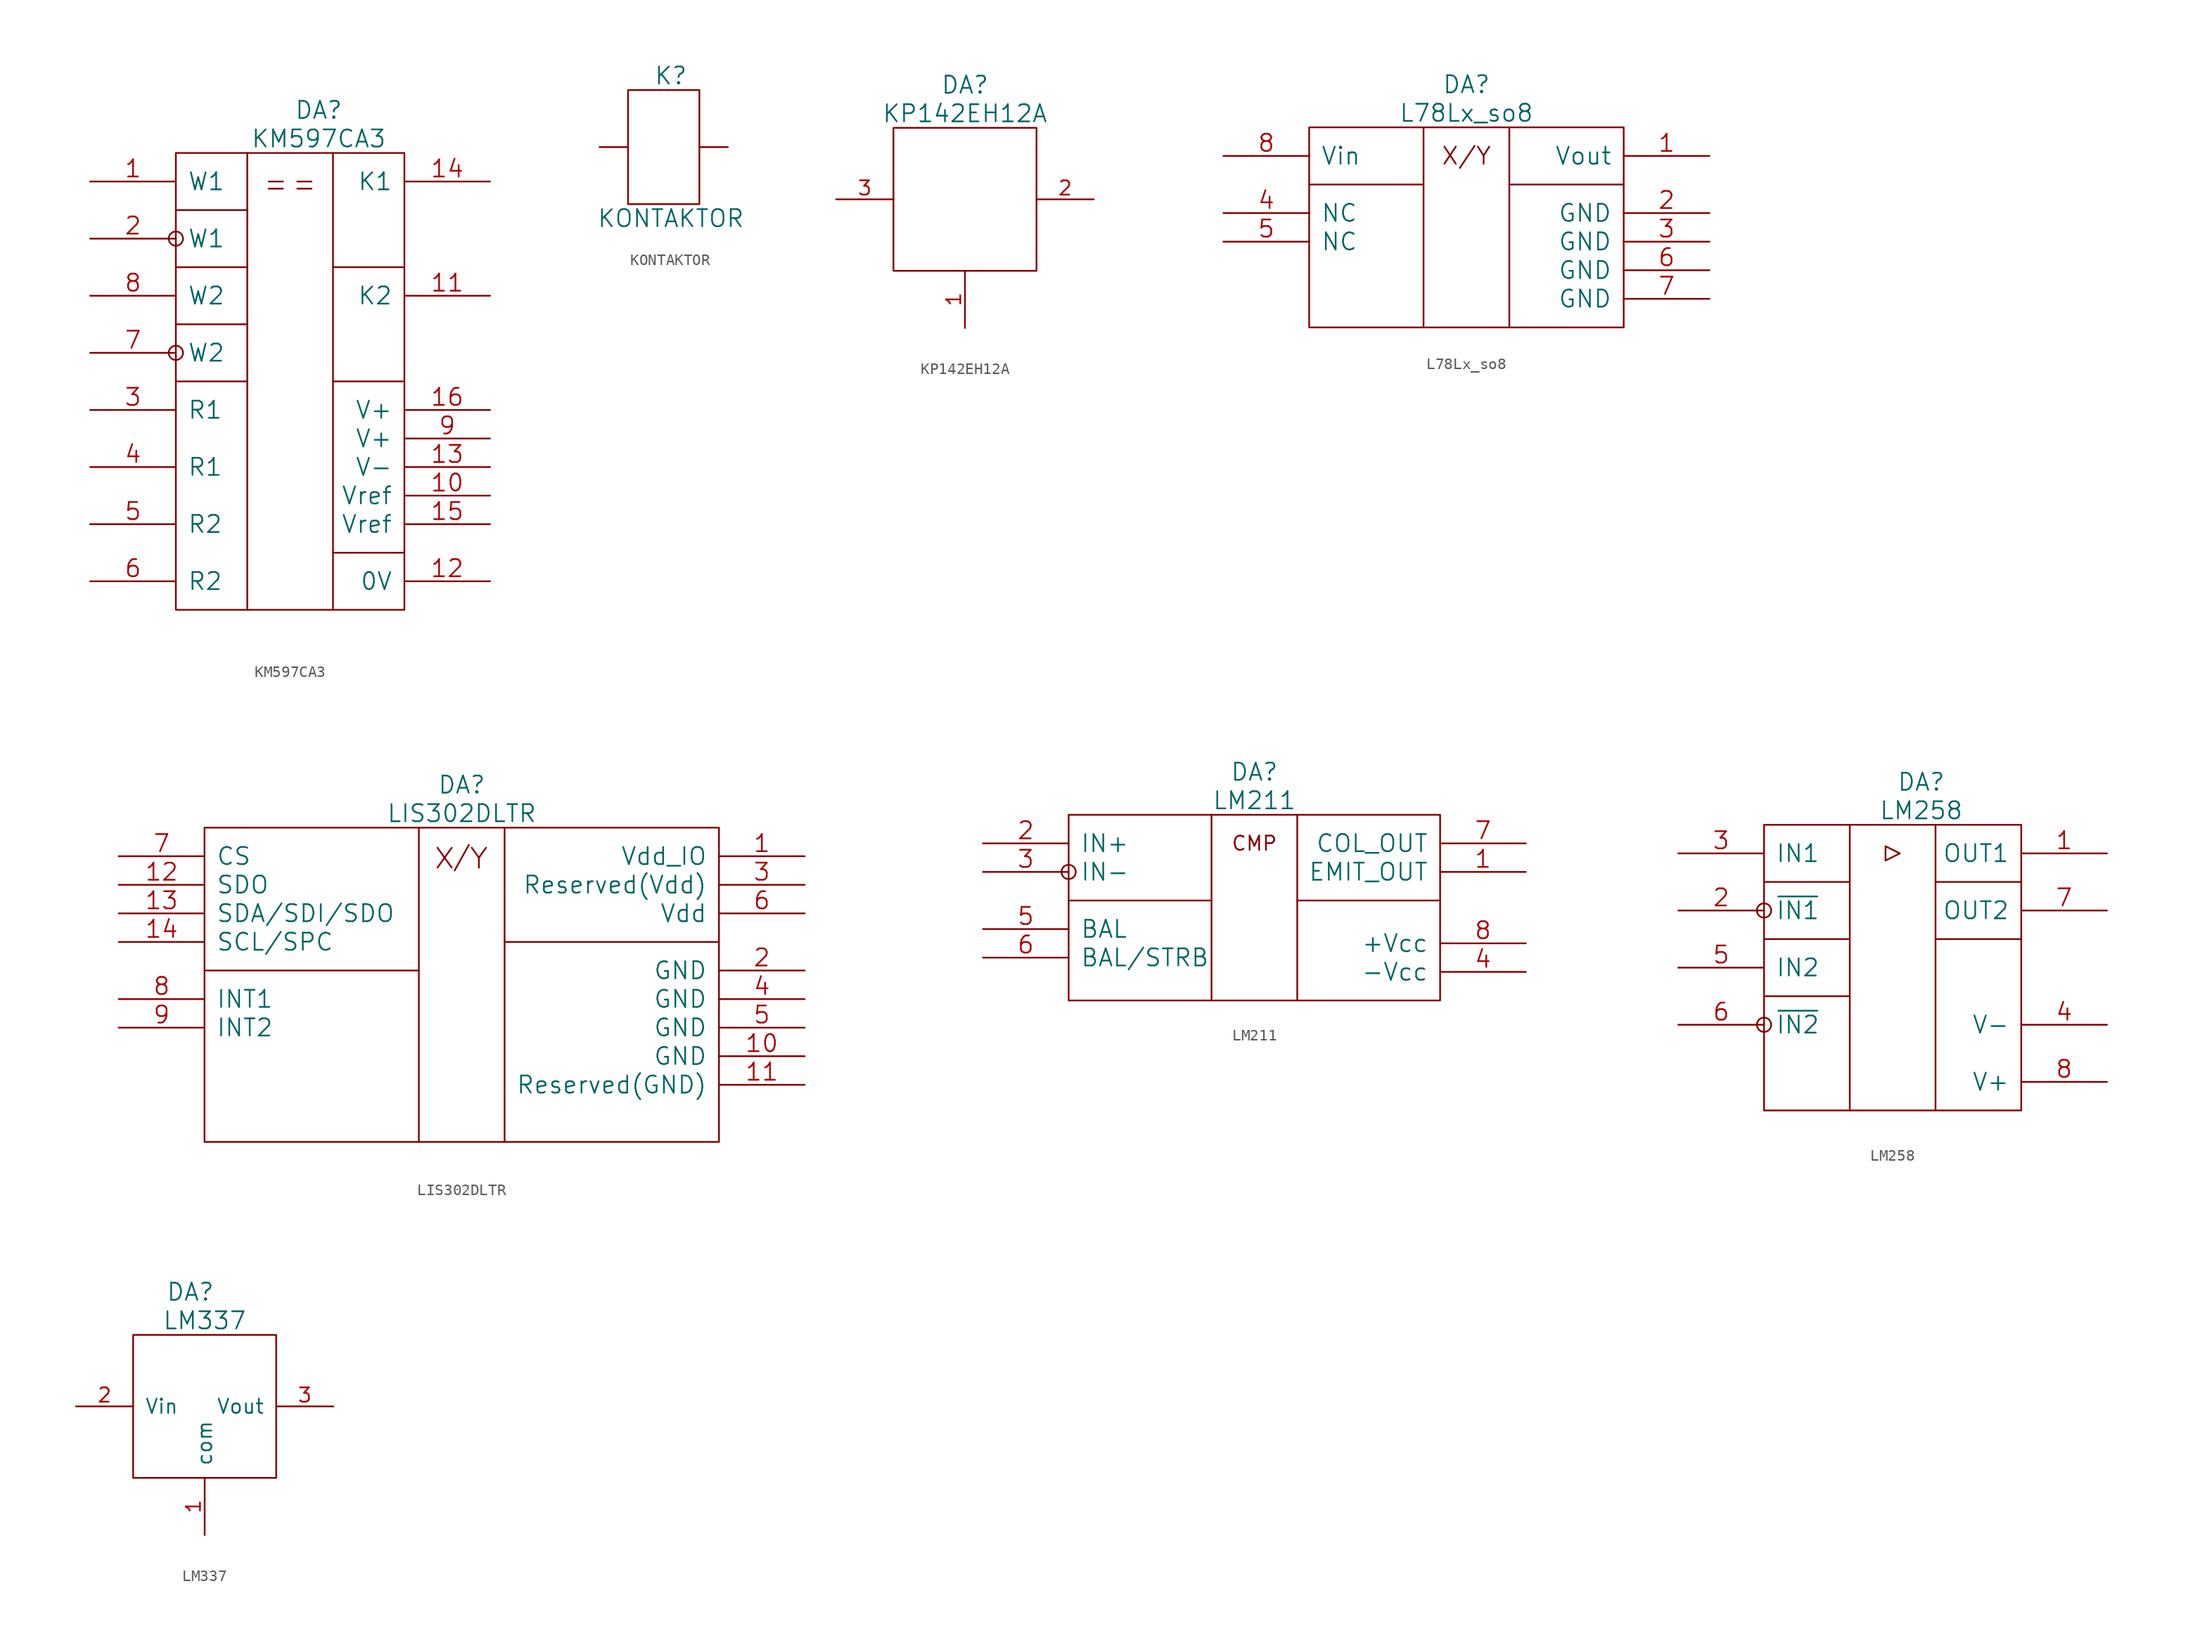
<source format=kicad_sym>
(kicad_symbol_lib
  (version 20211014)
  (generator kicad_symbol_editor)
  (symbol "KM597CA3"
    (pin_names
      (offset 1.016))
    (property "Reference" "DA"
      (at 12.7 3.81 0)
      (effects (font (size 1.524 1.524))))
    (property "Value" "KM597CA3"
      (at 12.7 1.27 0)
      (effects (font (size 1.524 1.524))))
    (property "Footprint" ""
      (at 0 0 0)
      (effects (font (size 1.524 1.524))))
    (property "Datasheet" ""
      (at 0 0 0)
      (effects (font (size 1.524 1.524))))
    (symbol "KM597CA3_0_0"
      (pin input line (at -7.62 -2.54 0) (length 7.62) (name "W1" (effects (font (size 1.524 1.524)))) (number "1" (effects (font (size 1.524 1.524)))))
      (pin power_out line (at 27.94 -30.48 180) (length 7.62) (name "Vref" (effects (font (size 1.524 1.524)))) (number "10" (effects (font (size 1.524 1.524)))))
      (pin input line (at 27.94 -12.7 180) (length 7.62) (name "K2" (effects (font (size 1.524 1.524)))) (number "11" (effects (font (size 1.524 1.524)))))
      (pin input line (at 27.94 -38.1 180) (length 7.62) (name "0V" (effects (font (size 1.524 1.524)))) (number "12" (effects (font (size 1.524 1.524)))))
      (pin input line (at 27.94 -27.94 180) (length 7.62) (name "V-" (effects (font (size 1.524 1.524)))) (number "13" (effects (font (size 1.524 1.524)))))
      (pin input line (at 27.94 -2.54 180) (length 7.62) (name "K1" (effects (font (size 1.524 1.524)))) (number "14" (effects (font (size 1.524 1.524)))))
      (pin power_out line (at 27.94 -33.02 180) (length 7.62) (name "Vref" (effects (font (size 1.524 1.524)))) (number "15" (effects (font (size 1.524 1.524)))))
      (pin input line (at 27.94 -22.86 180) (length 7.62) (name "V+" (effects (font (size 1.524 1.524)))) (number "16" (effects (font (size 1.524 1.524)))))
      (pin input line (at -7.62 -7.62 0) (length 7.62) (name "W1" (effects (font (size 1.524 1.524)))) (number "2" (effects (font (size 1.524 1.524)))))
      (pin input line (at -7.62 -22.86 0) (length 7.62) (name "R1" (effects (font (size 1.524 1.524)))) (number "3" (effects (font (size 1.524 1.524)))))
      (pin input line (at -7.62 -27.94 0) (length 7.62) (name "R1" (effects (font (size 1.524 1.524)))) (number "4" (effects (font (size 1.524 1.524)))))
      (pin input line (at -7.62 -33.02 0) (length 7.62) (name "R2" (effects (font (size 1.524 1.524)))) (number "5" (effects (font (size 1.524 1.524)))))
      (pin input line (at -7.62 -38.1 0) (length 7.62) (name "R2" (effects (font (size 1.524 1.524)))) (number "6" (effects (font (size 1.524 1.524)))))
      (pin input line (at -7.62 -17.78 0) (length 7.62) (name "W2" (effects (font (size 1.524 1.524)))) (number "7" (effects (font (size 1.524 1.524)))))
      (pin input line (at -7.62 -12.7 0) (length 7.62) (name "W2" (effects (font (size 1.524 1.524)))) (number "8" (effects (font (size 1.524 1.524)))))
      (pin power_out line (at 27.94 -25.4 180) (length 7.62) (name "V+" (effects (font (size 1.524 1.524)))) (number "9" (effects (font (size 1.524 1.524))))))
    (symbol "KM597CA3_0_1"
      (circle (center 0 -17.78) (radius 0.635) (stroke (width 0) (type default) (color 0 0 0 0)) (fill (type none)))
      (circle (center 0 -7.62) (radius 0.635) (stroke (width 0) (type default) (color 0 0 0 0)) (fill (type none)))
      (polyline (pts (xy 0 -20.32) (xy 6.35 -20.32)) (stroke (width 0) (type default) (color 0 0 0 0)) (fill (type none)))
      (polyline (pts (xy 0 -15.24) (xy 6.35 -15.24)) (stroke (width 0) (type default) (color 0 0 0 0)) (fill (type none)))
      (polyline (pts (xy 6.35 -10.16) (xy 0 -10.16)) (stroke (width 0) (type default) (color 0 0 0 0)) (fill (type none)))
      (polyline (pts (xy 6.35 -5.08) (xy 0 -5.08)) (stroke (width 0) (type default) (color 0 0 0 0)) (fill (type none)))
      (polyline (pts (xy 8.255 -3.175) (xy 9.525 -3.175)) (stroke (width 0) (type default) (color 0 0 0 0)) (fill (type none)))
      (polyline (pts (xy 8.255 -2.54) (xy 9.525 -2.54)) (stroke (width 0) (type default) (color 0 0 0 0)) (fill (type none)))
      (polyline (pts (xy 10.795 -3.175) (xy 12.065 -3.175)) (stroke (width 0) (type default) (color 0 0 0 0)) (fill (type none)))
      (polyline (pts (xy 10.795 -2.54) (xy 12.065 -2.54)) (stroke (width 0) (type default) (color 0 0 0 0)) (fill (type none)))
      (polyline (pts (xy 13.97 -20.32) (xy 20.32 -20.32)) (stroke (width 0) (type default) (color 0 0 0 0)) (fill (type none)))
      (polyline (pts (xy 13.97 -10.16) (xy 20.32 -10.16)) (stroke (width 0) (type default) (color 0 0 0 0)) (fill (type none)))
      (polyline (pts (xy 20.32 -35.56) (xy 13.97 -35.56)) (stroke (width 0) (type default) (color 0 0 0 0)) (fill (type none)))
      (polyline (pts (xy 6.35 0) (xy 6.35 -40.64) (xy 6.35 -40.64)) (stroke (width 0) (type default) (color 0 0 0 0)) (fill (type none)))
      (polyline (pts (xy 13.97 -40.64) (xy 13.97 0) (xy 13.97 0)) (stroke (width 0) (type default) (color 0 0 0 0)) (fill (type none)))
      (rectangle (start 0 0) (end 20.32 -40.64) (stroke (width 0) (type default) (color 0 0 0 0)) (fill (type none)))))
  (symbol "KONTAKTOR"
    (pin_numbers hide)
    (pin_names
      (offset 1.016))
    (property "Reference" "K"
      (at 6.35 6.35 0)
      (effects (font (size 1.524 1.524))))
    (property "Value" "KONTAKTOR"
      (at 6.35 -6.35 0)
      (effects (font (size 1.524 1.524))))
    (property "Footprint" ""
      (at 0 0 0)
      (effects (font (size 1.524 1.524))))
    (property "Datasheet" ""
      (at 0 0 0)
      (effects (font (size 1.524 1.524))))
    (symbol "KONTAKTOR_0_1"
      (rectangle (start 2.54 -5.08) (end 8.89 5.08) (stroke (width 0) (type default) (color 0 0 0 0)) (fill (type none))))
    (symbol "KONTAKTOR_1_1"
      (pin passive line (at 0 0 0) (length 2.54) (name "~" (effects (font (size 1.27 1.27)))) (number "1" (effects (font (size 1.27 1.27)))))
      (pin passive line (at 11.43 0 180) (length 2.54) (name "~" (effects (font (size 1.27 1.27)))) (number "2" (effects (font (size 1.27 1.27)))))))
  (symbol "KP142EH12A"
    (pin_names
      (offset 1.016) hide)
    (property "Reference" "DA"
      (at 6.35 3.81 0)
      (effects (font (size 1.524 1.524))))
    (property "Value" "KP142EH12A"
      (at 6.35 1.27 0)
      (effects (font (size 1.524 1.524))))
    (property "Footprint" ""
      (at 0 0 0)
      (effects (font (size 1.524 1.524))))
    (property "Datasheet" ""
      (at 0 0 0)
      (effects (font (size 1.524 1.524))))
    (symbol "KP142EH12A_0_1"
      (polyline (pts (xy 0 0) (xy 12.7 0) (xy 12.7 -12.7) (xy 0 -12.7) (xy 0 0) (xy 0 0)) (stroke (width 0) (type default) (color 0 0 0 0)) (fill (type none))))
    (symbol "KP142EH12A_1_1"
      (pin passive line (at 6.35 -17.78 90) (length 5.08) (name "com" (effects (font (size 1.27 1.27)))) (number "1" (effects (font (size 1.27 1.27)))))
      (pin passive line (at 17.78 -6.35 180) (length 5.08) (name "Vout" (effects (font (size 1.27 1.27)))) (number "2" (effects (font (size 1.27 1.27)))))
      (pin passive line (at -5.08 -6.35 0) (length 5.08) (name "Vin" (effects (font (size 1.27 1.27)))) (number "3" (effects (font (size 1.27 1.27)))))))
  (symbol "L78Lx_so8"
    (pin_names
      (offset 1.016))
    (property "Reference" "DA"
      (at 13.97 3.81 0)
      (effects (font (size 1.524 1.524))))
    (property "Value" "L78Lx_so8"
      (at 13.97 1.27 0)
      (effects (font (size 1.524 1.524))))
    (property "Footprint" ""
      (at 0 0 0)
      (effects (font (size 1.524 1.524))))
    (property "Datasheet" ""
      (at 0 0 0)
      (effects (font (size 1.524 1.524))))
    (symbol "L78Lx_so8_0_0"
      (text "X/Y" (at 13.97 -2.54 0) (effects (font (size 1.524 1.524))))
      (pin output line (at 35.56 -2.54 180) (length 7.62) (name "Vout" (effects (font (size 1.524 1.524)))) (number "1" (effects (font (size 1.524 1.524)))))
      (pin passive line (at 35.56 -7.62 180) (length 7.62) (name "GND" (effects (font (size 1.524 1.524)))) (number "2" (effects (font (size 1.524 1.524)))))
      (pin passive line (at 35.56 -10.16 180) (length 7.62) (name "GND" (effects (font (size 1.524 1.524)))) (number "3" (effects (font (size 1.524 1.524)))))
      (pin passive line (at -7.62 -7.62 0) (length 7.62) (name "NC" (effects (font (size 1.524 1.524)))) (number "4" (effects (font (size 1.524 1.524)))))
      (pin passive line (at -7.62 -10.16 0) (length 7.62) (name "NC" (effects (font (size 1.524 1.524)))) (number "5" (effects (font (size 1.524 1.524)))))
      (pin passive line (at 35.56 -12.7 180) (length 7.62) (name "GND" (effects (font (size 1.524 1.524)))) (number "6" (effects (font (size 1.524 1.524)))))
      (pin passive line (at 35.56 -15.24 180) (length 7.62) (name "GND" (effects (font (size 1.524 1.524)))) (number "7" (effects (font (size 1.524 1.524)))))
      (pin input line (at -7.62 -2.54 0) (length 7.62) (name "Vin" (effects (font (size 1.524 1.524)))) (number "8" (effects (font (size 1.524 1.524))))))
    (symbol "L78Lx_so8_0_1"
      (polyline (pts (xy 0 -5.08) (xy 10.16 -5.08)) (stroke (width 0) (type default) (color 0 0 0 0)) (fill (type none)))
      (polyline (pts (xy 10.16 0) (xy 10.16 -17.78)) (stroke (width 0) (type default) (color 0 0 0 0)) (fill (type none)))
      (polyline (pts (xy 17.78 0) (xy 17.78 -17.78)) (stroke (width 0) (type default) (color 0 0 0 0)) (fill (type none)))
      (polyline (pts (xy 27.94 -5.08) (xy 17.78 -5.08)) (stroke (width 0) (type default) (color 0 0 0 0)) (fill (type none)))
      (polyline (pts (xy 0 0) (xy 27.94 0) (xy 27.94 -17.78) (xy 0 -17.78) (xy 0 0)) (stroke (width 0) (type default) (color 0 0 0 0)) (fill (type none)))))
  (symbol "LIS302DLTR"
    (pin_names
      (offset 1.016))
    (property "Reference" "DA"
      (at 22.86 3.81 0)
      (effects (font (size 1.524 1.524))))
    (property "Value" "LIS302DLTR"
      (at 22.86 1.27 0)
      (effects (font (size 1.524 1.524))))
    (property "Footprint" ""
      (at 0 0 0)
      (effects (font (size 1.524 1.524))))
    (property "Datasheet" ""
      (at 0 0 0)
      (effects (font (size 1.524 1.524))))
    (symbol "LIS302DLTR_0_0"
      (pin power_in line (at 53.34 -2.54 180) (length 7.62) (name "Vdd_IO" (effects (font (size 1.524 1.524)))) (number "1" (effects (font (size 1.524 1.524)))))
      (pin passive line (at 53.34 -20.32 180) (length 7.62) (name "GND" (effects (font (size 1.524 1.524)))) (number "10" (effects (font (size 1.524 1.524)))))
      (pin passive line (at 53.34 -22.86 180) (length 7.62) (name "Reserved(GND)" (effects (font (size 1.524 1.524)))) (number "11" (effects (font (size 1.524 1.524)))))
      (pin output line (at -7.62 -5.08 0) (length 7.62) (name "SDO" (effects (font (size 1.524 1.524)))) (number "12" (effects (font (size 1.524 1.524)))))
      (pin bidirectional line (at -7.62 -7.62 0) (length 7.62) (name "SDA/SDI/SDO" (effects (font (size 1.524 1.524)))) (number "13" (effects (font (size 1.524 1.524)))))
      (pin input line (at -7.62 -10.16 0) (length 7.62) (name "SCL/SPC" (effects (font (size 1.524 1.524)))) (number "14" (effects (font (size 1.524 1.524)))))
      (pin passive line (at 53.34 -12.7 180) (length 7.62) (name "GND" (effects (font (size 1.524 1.524)))) (number "2" (effects (font (size 1.524 1.524)))))
      (pin power_in line (at 53.34 -5.08 180) (length 7.62) (name "Reserved(Vdd)" (effects (font (size 1.524 1.524)))) (number "3" (effects (font (size 1.524 1.524)))))
      (pin passive line (at 53.34 -15.24 180) (length 7.62) (name "GND" (effects (font (size 1.524 1.524)))) (number "4" (effects (font (size 1.524 1.524)))))
      (pin passive line (at 53.34 -17.78 180) (length 7.62) (name "GND" (effects (font (size 1.524 1.524)))) (number "5" (effects (font (size 1.524 1.524)))))
      (pin power_in line (at 53.34 -7.62 180) (length 7.62) (name "Vdd" (effects (font (size 1.524 1.524)))) (number "6" (effects (font (size 1.524 1.524)))))
      (pin input line (at -7.62 -2.54 0) (length 7.62) (name "CS" (effects (font (size 1.524 1.524)))) (number "7" (effects (font (size 1.524 1.524)))))
      (pin input line (at -7.62 -15.24 0) (length 7.62) (name "INT1" (effects (font (size 1.524 1.524)))) (number "8" (effects (font (size 1.524 1.524)))))
      (pin input line (at -7.62 -17.78 0) (length 7.62) (name "INT2" (effects (font (size 1.524 1.524)))) (number "9" (effects (font (size 1.524 1.524))))))
    (symbol "LIS302DLTR_0_1"
      (polyline (pts (xy 0 -12.7) (xy 19.05 -12.7)) (stroke (width 0) (type default) (color 0 0 0 0)) (fill (type none)))
      (polyline (pts (xy 19.05 0) (xy 19.05 -27.94)) (stroke (width 0) (type default) (color 0 0 0 0)) (fill (type none)))
      (polyline (pts (xy 20.701 -3.556) (xy 21.971 -1.778)) (stroke (width 0) (type default) (color 0 0 0 0)) (fill (type none)))
      (polyline (pts (xy 20.701 -1.778) (xy 21.971 -3.556)) (stroke (width 0) (type default) (color 0 0 0 0)) (fill (type none)))
      (polyline (pts (xy 22.225 -3.81) (xy 23.495 -1.524)) (stroke (width 0) (type default) (color 0 0 0 0)) (fill (type none)))
      (polyline (pts (xy 23.749 -1.778) (xy 24.384 -2.667)) (stroke (width 0) (type default) (color 0 0 0 0)) (fill (type none)))
      (polyline (pts (xy 24.384 -2.667) (xy 24.384 -3.556)) (stroke (width 0) (type default) (color 0 0 0 0)) (fill (type none)))
      (polyline (pts (xy 24.384 -2.667) (xy 25.019 -1.778)) (stroke (width 0) (type default) (color 0 0 0 0)) (fill (type none)))
      (polyline (pts (xy 26.67 -10.16) (xy 45.72 -10.16)) (stroke (width 0) (type default) (color 0 0 0 0)) (fill (type none)))
      (polyline (pts (xy 26.67 0) (xy 26.67 -27.94)) (stroke (width 0) (type default) (color 0 0 0 0)) (fill (type none)))
      (rectangle (start 0 0) (end 45.72 -27.94) (stroke (width 0) (type default) (color 0 0 0 0)) (fill (type none)))))
  (symbol "LM211"
    (pin_names
      (offset 1.016))
    (property "Reference" "DA"
      (at 16.51 3.81 0)
      (effects (font (size 1.524 1.524))))
    (property "Value" "LM211"
      (at 16.51 1.27 0)
      (effects (font (size 1.524 1.524))))
    (property "Footprint" ""
      (at 0 0 0)
      (effects (font (size 1.524 1.524))))
    (property "Datasheet" ""
      (at 0 0 0)
      (effects (font (size 1.524 1.524))))
    (symbol "LM211_0_0"
      (polyline (pts (xy 0 -7.62) (xy 12.7 -7.62)) (stroke (width 0) (type default) (color 0 0 0 0)) (fill (type none)))
      (polyline (pts (xy 12.7 0) (xy 12.7 -16.51)) (stroke (width 0) (type default) (color 0 0 0 0)) (fill (type none)))
      (polyline (pts (xy 20.32 -7.62) (xy 33.02 -7.62)) (stroke (width 0) (type default) (color 0 0 0 0)) (fill (type none)))
      (polyline (pts (xy 20.32 0) (xy 20.32 -16.51)) (stroke (width 0) (type default) (color 0 0 0 0)) (fill (type none)))
      (rectangle (start 0 0) (end 33.02 -16.51) (stroke (width 0) (type default) (color 0 0 0 0)) (fill (type none)))
      (text "CMP" (at 16.51 -2.54 0) (effects (font (size 1.27 1.27))))
      (pin output line (at 40.64 -5.08 180) (length 7.62) (name "EMIT_OUT" (effects (font (size 1.524 1.524)))) (number "1" (effects (font (size 1.524 1.524)))))
      (pin input line (at -7.62 -2.54 0) (length 7.62) (name "IN+" (effects (font (size 1.524 1.524)))) (number "2" (effects (font (size 1.524 1.524)))))
      (pin input line (at -7.62 -5.08 0) (length 7.62) (name "IN-" (effects (font (size 1.524 1.524)))) (number "3" (effects (font (size 1.524 1.524)))))
      (pin passive line (at 40.64 -13.97 180) (length 7.62) (name "-Vcc" (effects (font (size 1.524 1.524)))) (number "4" (effects (font (size 1.524 1.524)))))
      (pin passive line (at -7.62 -10.16 0) (length 7.62) (name "BAL" (effects (font (size 1.524 1.524)))) (number "5" (effects (font (size 1.524 1.524)))))
      (pin passive line (at -7.62 -12.7 0) (length 7.62) (name "BAL/STRB" (effects (font (size 1.524 1.524)))) (number "6" (effects (font (size 1.524 1.524)))))
      (pin output line (at 40.64 -2.54 180) (length 7.62) (name "COL_OUT" (effects (font (size 1.524 1.524)))) (number "7" (effects (font (size 1.524 1.524)))))
      (pin passive line (at 40.64 -11.43 180) (length 7.62) (name "+Vcc" (effects (font (size 1.524 1.524)))) (number "8" (effects (font (size 1.524 1.524))))))
    (symbol "LM211_0_1"
      (circle (center 0 -5.08) (radius 0.635) (stroke (width 0) (type default) (color 0 0 0 0)) (fill (type none)))))
  (symbol "LM258"
    (pin_names
      (offset 1.016))
    (property "Reference" "DA"
      (at 12.7 3.81 0)
      (effects (font (size 1.524 1.524))))
    (property "Value" "LM258"
      (at 12.7 1.27 0)
      (effects (font (size 1.524 1.524))))
    (property "Footprint" ""
      (at 0 0 0)
      (effects (font (size 1.524 1.524))))
    (property "Datasheet" ""
      (at 0 0 0)
      (effects (font (size 1.524 1.524))))
    (symbol "LM258_0_0"
      (pin input line (at 29.21 -2.54 180) (length 7.62) (name "OUT1" (effects (font (size 1.524 1.524)))) (number "1" (effects (font (size 1.524 1.524)))))
      (pin input line (at -8.89 -7.62 0) (length 7.62) (name "~{IN1}" (effects (font (size 1.524 1.524)))) (number "2" (effects (font (size 1.524 1.524)))))
      (pin input line (at -8.89 -2.54 0) (length 7.62) (name "IN1" (effects (font (size 1.524 1.524)))) (number "3" (effects (font (size 1.524 1.524)))))
      (pin input line (at 29.21 -17.78 180) (length 7.62) (name "V-" (effects (font (size 1.524 1.524)))) (number "4" (effects (font (size 1.524 1.524)))))
      (pin input line (at -8.89 -12.7 0) (length 7.62) (name "IN2" (effects (font (size 1.524 1.524)))) (number "5" (effects (font (size 1.524 1.524)))))
      (pin input line (at 29.21 -7.62 180) (length 7.62) (name "OUT2" (effects (font (size 1.524 1.524)))) (number "7" (effects (font (size 1.524 1.524)))))
      (pin power_out line (at 29.21 -22.86 180) (length 7.62) (name "V+" (effects (font (size 1.524 1.524)))) (number "8" (effects (font (size 1.524 1.524))))))
    (symbol "LM258_0_1"
      (circle (center -1.27 -17.78) (radius 0.635) (stroke (width 0) (type default) (color 0 0 0 0)) (fill (type none)))
      (circle (center -1.27 -7.62) (radius 0.635) (stroke (width 0) (type default) (color 0 0 0 0)) (fill (type none)))
      (rectangle (start -1.27 0) (end 21.59 -25.4) (stroke (width 0) (type default) (color 0 0 0 0)) (fill (type none)))
      (polyline (pts (xy -1.27 -15.24) (xy 6.35 -15.24)) (stroke (width 0) (type default) (color 0 0 0 0)) (fill (type none)))
      (polyline (pts (xy -1.27 -10.16) (xy 6.35 -10.16)) (stroke (width 0) (type default) (color 0 0 0 0)) (fill (type none)))
      (polyline (pts (xy -1.27 -5.08) (xy 6.35 -5.08)) (stroke (width 0) (type default) (color 0 0 0 0)) (fill (type none)))
      (polyline (pts (xy 6.35 0) (xy 6.35 -25.4)) (stroke (width 0) (type default) (color 0 0 0 0)) (fill (type none)))
      (polyline (pts (xy 13.97 0) (xy 13.97 -25.4)) (stroke (width 0) (type default) (color 0 0 0 0)) (fill (type none)))
      (polyline (pts (xy 21.59 -10.16) (xy 13.97 -10.16)) (stroke (width 0) (type default) (color 0 0 0 0)) (fill (type none)))
      (polyline (pts (xy 21.59 -5.08) (xy 13.97 -5.08)) (stroke (width 0) (type default) (color 0 0 0 0)) (fill (type none)))
      (polyline (pts (xy 9.525 -1.905) (xy 9.525 -3.175) (xy 10.795 -2.54) (xy 9.525 -1.905)) (stroke (width 0) (type default) (color 0 0 0 0)) (fill (type none)))
      (pin input line (at -8.89 -17.78 0) (length 7.62) (name "~{IN2}" (effects (font (size 1.524 1.524)))) (number "6" (effects (font (size 1.524 1.524)))))))
  (symbol "LM337"
    (pin_names
      (offset 1.016))
    (property "Reference" "DA"
      (at 5.08 3.81 0)
      (effects (font (size 1.524 1.524))))
    (property "Value" "LM337"
      (at 6.35 1.27 0)
      (effects (font (size 1.524 1.524))))
    (property "Footprint" ""
      (at 0 0 0)
      (effects (font (size 1.524 1.524))))
    (property "Datasheet" ""
      (at 0 0 0)
      (effects (font (size 1.524 1.524))))
    (symbol "LM337_0_1"
      (polyline (pts (xy 0 0) (xy 12.7 0) (xy 12.7 -12.7) (xy 0 -12.7) (xy 0 0) (xy 0 0)) (stroke (width 0) (type default) (color 0 0 0 0)) (fill (type none))))
    (symbol "LM337_1_1"
      (pin passive line (at 6.35 -17.78 90) (length 5.08) (name "com" (effects (font (size 1.27 1.27)))) (number "1" (effects (font (size 1.27 1.27)))))
      (pin input line (at -5.08 -6.35 0) (length 5.08) (name "Vin" (effects (font (size 1.27 1.27)))) (number "2" (effects (font (size 1.27 1.27)))))
      (pin output line (at 17.78 -6.35 180) (length 5.08) (name "Vout" (effects (font (size 1.27 1.27)))) (number "3" (effects (font (size 1.27 1.27))))))))
</source>
